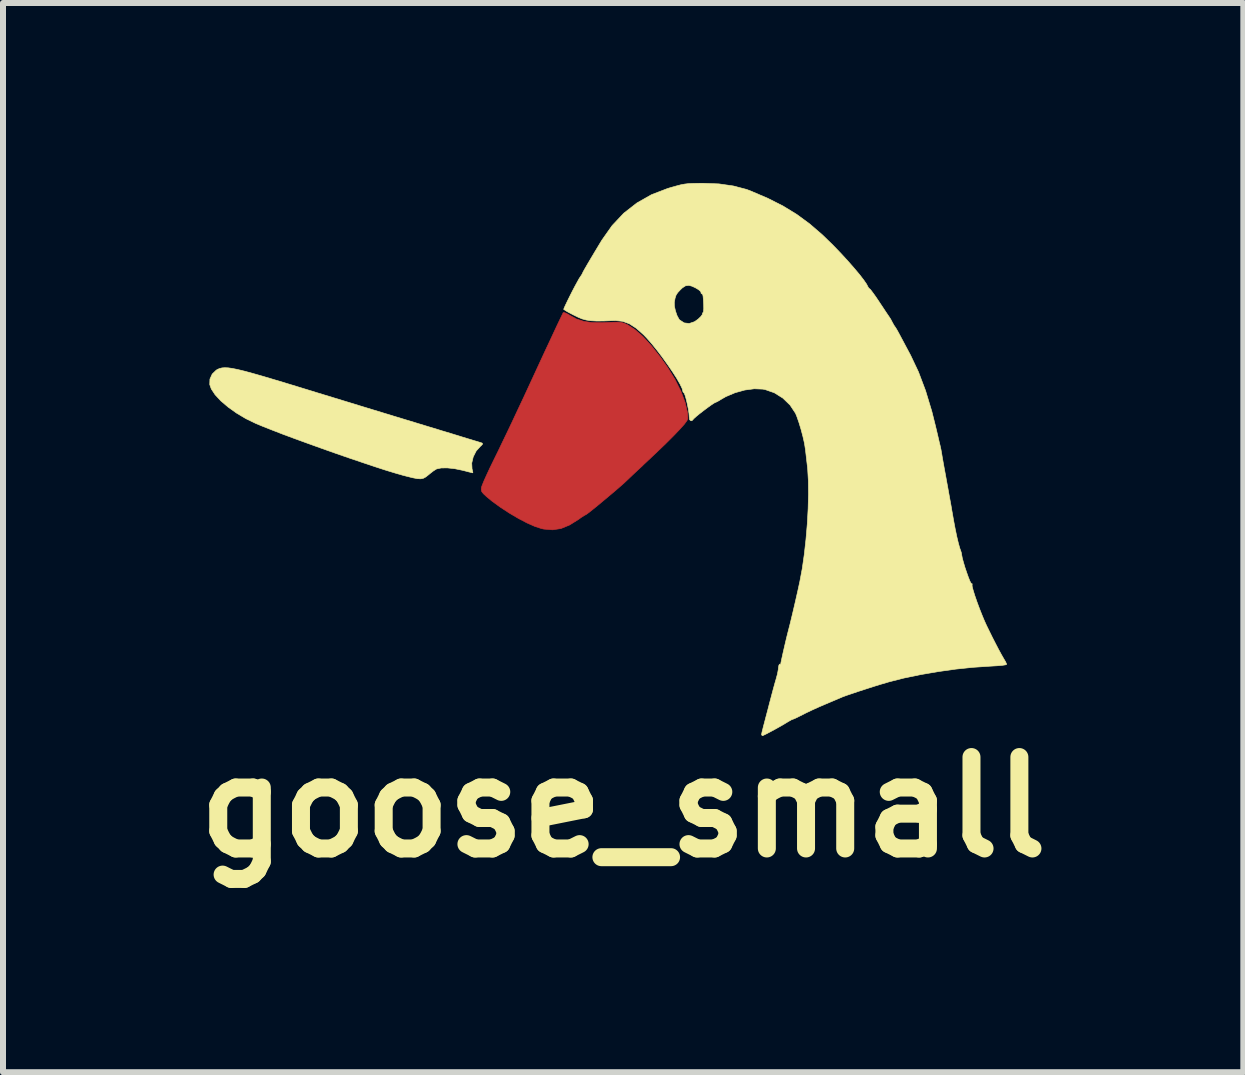
<source format=kicad_pcb>
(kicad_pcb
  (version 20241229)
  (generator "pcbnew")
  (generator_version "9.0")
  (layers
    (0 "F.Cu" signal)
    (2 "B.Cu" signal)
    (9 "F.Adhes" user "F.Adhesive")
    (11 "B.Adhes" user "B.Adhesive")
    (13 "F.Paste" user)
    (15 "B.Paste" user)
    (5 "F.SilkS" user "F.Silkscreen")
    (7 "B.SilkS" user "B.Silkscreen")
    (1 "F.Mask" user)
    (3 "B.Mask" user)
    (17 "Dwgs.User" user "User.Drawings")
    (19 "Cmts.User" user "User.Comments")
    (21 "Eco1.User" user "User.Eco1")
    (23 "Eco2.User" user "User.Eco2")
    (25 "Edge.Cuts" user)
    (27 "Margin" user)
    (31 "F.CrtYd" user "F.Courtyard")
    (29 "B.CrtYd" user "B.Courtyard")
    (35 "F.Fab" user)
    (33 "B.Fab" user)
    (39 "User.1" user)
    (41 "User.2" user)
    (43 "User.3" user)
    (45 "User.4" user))
  (footprint "goose_small"
    (layer "F.Cu")
    (at 7.337 5.403)
    (property "Reference" "goose_small" (at 0 5 0) (layer "F.SilkS") (effects (font (size 1.524 1.524) (thickness 0.3))))
    (attr through_hole)
    (fp_poly (pts (xy -0.974 -3.241) (xy -0.927 -3.219) (xy -0.89 -3.197) (xy -0.779 -3.136) (xy -0.656 -3.096) (xy -0.514 -3.076) (xy -0.343 -3.074) (xy -0.28 -3.077) (xy -0.172 -3.082) (xy -0.096 -3.084) (xy -0.042 -3.08) (xy 0.001 -3.07) (xy 0.044 -3.053) (xy 0.075 -3.038) (xy 0.198 -2.958) (xy 0.332 -2.84) (xy 0.475 -2.684) (xy 0.626 -2.492) (xy 0.744 -2.324) (xy 0.867 -2.123) (xy 0.964 -1.928) (xy 1.033 -1.744) (xy 1.072 -1.576) (xy 1.079 -1.479) (xy 1.065 -1.444) (xy 1.021 -1.384) (xy 0.947 -1.301) (xy 0.843 -1.192) (xy 0.708 -1.057) (xy 0.541 -0.897) (xy 0.342 -0.71) (xy 0.318 -0.686) (xy 0.236 -0.61) (xy 0.156 -0.535) (xy 0.089 -0.471) (xy 0.053 -0.437) (xy 0.005 -0.392) (xy -0.064 -0.332) (xy -0.147 -0.26) (xy -0.239 -0.183) (xy -0.332 -0.105) (xy -0.422 -0.03) (xy -0.502 0.035) (xy -0.566 0.086) (xy -0.608 0.117) (xy -0.621 0.125) (xy -0.651 0.141) (xy -0.702 0.174) (xy -0.743 0.204) (xy -0.894 0.298) (xy -1.035 0.356) (xy -1.175 0.378) (xy -1.322 0.366) (xy -1.363 0.357) (xy -1.471 0.322) (xy -1.602 0.264) (xy -1.747 0.188) (xy -1.898 0.099) (xy -2.046 0.002) (xy -2.183 -0.097) (xy -2.276 -0.174) (xy -2.33 -0.224) (xy -2.358 -0.26) (xy -2.365 -0.294) (xy -2.361 -0.333) (xy -2.347 -0.372) (xy -2.318 -0.443) (xy -2.275 -0.538) (xy -2.222 -0.652) (xy -2.161 -0.777) (xy -2.134 -0.832) (xy -2.081 -0.94) (xy -2.014 -1.08) (xy -1.934 -1.246) (xy -1.845 -1.433) (xy -1.751 -1.634) (xy -1.652 -1.844) (xy -1.554 -2.056) (xy -1.467 -2.244) (xy -1.379 -2.435) (xy -1.296 -2.614) (xy -1.219 -2.778) (xy -1.151 -2.924) (xy -1.094 -3.046) (xy -1.048 -3.142) (xy -1.016 -3.208) (xy -1 -3.241) (xy -0.998 -3.243) (xy -0.974 -3.241)) (stroke (width 0.01) (type solid)) (fill yes) (layer "F.Cu"))
    (fp_poly (pts (xy 1.291 -0.159) (xy 1.281 -0.148) (xy 1.27 -0.159) (xy 1.281 -0.169) (xy 1.291 -0.159)) (stroke (width 0.01) (type solid)) (fill yes) (layer "F.Mask"))
    (fp_poly (pts (xy 1.968 0.053) (xy 1.958 0.064) (xy 1.947 0.053) (xy 1.958 0.042) (xy 1.968 0.053)) (stroke (width 0.01) (type solid)) (fill yes) (layer "F.Mask"))
    (fp_poly (pts (xy 2.011 0.074) (xy 2 0.085) (xy 1.99 0.074) (xy 2 0.064) (xy 2.011 0.074)) (stroke (width 0.01) (type solid)) (fill yes) (layer "F.Mask"))
    (fp_poly (pts (xy 2.074 0.138) (xy 2.064 0.148) (xy 2.053 0.138) (xy 2.064 0.127) (xy 2.074 0.138)) (stroke (width 0.01) (type solid)) (fill yes) (layer "F.Mask"))
    (fp_poly (pts (xy 2.138 0.265) (xy 2.127 0.275) (xy 2.117 0.265) (xy 2.127 0.254) (xy 2.138 0.265)) (stroke (width 0.01) (type solid)) (fill yes) (layer "F.Mask"))
    (fp_poly (pts (xy 1.21 -3.652) (xy 1.277 -3.592) (xy 1.325 -3.499) (xy 1.332 -3.476) (xy 1.344 -3.373) (xy 1.328 -3.276) (xy 1.288 -3.192) (xy 1.229 -3.126) (xy 1.158 -3.084) (xy 1.08 -3.073) (xy 1 -3.097) (xy 0.93 -3.159) (xy 0.881 -3.248) (xy 0.858 -3.352) (xy 0.865 -3.46) (xy 0.869 -3.476) (xy 0.913 -3.575) (xy 0.976 -3.643) (xy 1.052 -3.678) (xy 1.133 -3.681) (xy 1.21 -3.652)) (stroke (width 0.01) (type solid)) (fill yes) (layer "F.Mask"))
    (fp_poly (pts (xy -2.034 -1.096) (xy -2.032 -1.093) (xy -2.041 -1.063) (xy -2.065 -1.004) (xy -2.1 -0.926) (xy -2.143 -0.836) (xy -2.187 -0.744) (xy -2.231 -0.657) (xy -2.269 -0.584) (xy -2.298 -0.534) (xy -2.311 -0.516) (xy -2.326 -0.489) (xy -2.328 -0.464) (xy -2.339 -0.43) (xy -2.37 -0.429) (xy -2.415 -0.46) (xy -2.454 -0.502) (xy -2.493 -0.559) (xy -2.518 -0.612) (xy -2.521 -0.629) (xy -2.524 -0.68) (xy -2.526 -0.704) (xy -2.513 -0.803) (xy -2.469 -0.903) (xy -2.401 -0.992) (xy -2.318 -1.057) (xy -2.292 -1.069) (xy -2.243 -1.084) (xy -2.18 -1.095) (xy -2.116 -1.101) (xy -2.062 -1.102) (xy -2.034 -1.096)) (stroke (width 0.01) (type solid)) (fill yes) (layer "F.Mask"))
    (fp_poly (pts (xy 0.638 -0.348) (xy 0.955 -0.261) (xy 1.252 -0.179) (xy 1.523 -0.102) (xy 1.762 -0.034) (xy 1.845 -0.009) (xy 1.952 0.036) (xy 2.042 0.101) (xy 2.105 0.177) (xy 2.119 0.207) (xy 2.134 0.28) (xy 2.138 0.376) (xy 2.131 0.479) (xy 2.115 0.573) (xy 2.098 0.625) (xy 2.028 0.731) (xy 1.932 0.808) (xy 1.816 0.854) (xy 1.688 0.863) (xy 1.619 0.853) (xy 1.575 0.841) (xy 1.492 0.816) (xy 1.371 0.779) (xy 1.211 0.728) (xy 1.011 0.663) (xy 0.826 0.603) (xy 0.696 0.561) (xy 0.538 0.51) (xy 0.366 0.455) (xy 0.191 0.399) (xy 0.025 0.346) (xy 0 0.338) (xy -0.178 0.282) (xy -0.319 0.237) (xy -0.428 0.202) (xy -0.509 0.175) (xy -0.564 0.156) (xy -0.6 0.143) (xy -0.618 0.135) (xy -0.624 0.129) (xy -0.62 0.126) (xy -0.612 0.122) (xy -0.611 0.122) (xy -0.577 0.101) (xy -0.518 0.058) (xy -0.44 -0.003) (xy -0.349 -0.076) (xy -0.253 -0.155) (xy -0.158 -0.236) (xy -0.071 -0.312) (xy -0.05 -0.331) (xy 0.123 -0.489) (xy 0.638 -0.348)) (stroke (width 0.01) (type solid)) (fill yes) (layer "F.Mask"))
    (fp_poly (pts (xy -0.974 -3.241) (xy -0.927 -3.219) (xy -0.89 -3.197) (xy -0.779 -3.136) (xy -0.656 -3.096) (xy -0.514 -3.076) (xy -0.343 -3.074) (xy -0.28 -3.077) (xy -0.172 -3.082) (xy -0.096 -3.084) (xy -0.042 -3.08) (xy 0.001 -3.07) (xy 0.044 -3.053) (xy 0.075 -3.038) (xy 0.198 -2.958) (xy 0.332 -2.84) (xy 0.475 -2.684) (xy 0.626 -2.492) (xy 0.744 -2.324) (xy 0.867 -2.123) (xy 0.964 -1.928) (xy 1.033 -1.744) (xy 1.072 -1.576) (xy 1.079 -1.479) (xy 1.065 -1.444) (xy 1.021 -1.384) (xy 0.947 -1.301) (xy 0.843 -1.192) (xy 0.708 -1.057) (xy 0.541 -0.897) (xy 0.342 -0.71) (xy 0.318 -0.686) (xy 0.236 -0.61) (xy 0.156 -0.535) (xy 0.089 -0.471) (xy 0.053 -0.437) (xy 0.005 -0.392) (xy -0.064 -0.332) (xy -0.147 -0.26) (xy -0.239 -0.183) (xy -0.332 -0.105) (xy -0.422 -0.03) (xy -0.502 0.035) (xy -0.566 0.086) (xy -0.608 0.117) (xy -0.621 0.125) (xy -0.651 0.141) (xy -0.702 0.174) (xy -0.743 0.204) (xy -0.894 0.298) (xy -1.035 0.356) (xy -1.175 0.378) (xy -1.322 0.366) (xy -1.363 0.357) (xy -1.471 0.322) (xy -1.602 0.264) (xy -1.747 0.188) (xy -1.898 0.099) (xy -2.046 0.002) (xy -2.183 -0.097) (xy -2.276 -0.174) (xy -2.33 -0.224) (xy -2.358 -0.26) (xy -2.365 -0.294) (xy -2.361 -0.333) (xy -2.347 -0.372) (xy -2.318 -0.443) (xy -2.275 -0.538) (xy -2.222 -0.652) (xy -2.161 -0.777) (xy -2.134 -0.832) (xy -2.081 -0.94) (xy -2.014 -1.08) (xy -1.934 -1.246) (xy -1.845 -1.433) (xy -1.751 -1.634) (xy -1.652 -1.844) (xy -1.554 -2.056) (xy -1.467 -2.244) (xy -1.379 -2.435) (xy -1.296 -2.614) (xy -1.219 -2.778) (xy -1.151 -2.924) (xy -1.094 -3.046) (xy -1.048 -3.142) (xy -1.016 -3.208) (xy -1 -3.241) (xy -0.998 -3.243) (xy -0.974 -3.241)) (stroke (width 0.01) (type solid)) (fill yes) (layer "F.Mask"))
    (fp_poly (pts (xy -6.584 -2.322) (xy -6.515 -2.312) (xy -6.429 -2.295) (xy -6.322 -2.269) (xy -6.191 -2.234) (xy -6.033 -2.189) (xy -5.844 -2.133) (xy -5.62 -2.066) (xy -5.414 -2.003) (xy -5.111 -1.91) (xy -4.842 -1.828) (xy -4.603 -1.755) (xy -4.388 -1.689) (xy -4.191 -1.629) (xy -4.007 -1.573) (xy -3.831 -1.519) (xy -3.656 -1.466) (xy -3.478 -1.412) (xy -3.291 -1.355) (xy -3.09 -1.294) (xy -3.016 -1.271) (xy -2.859 -1.224) (xy -2.714 -1.179) (xy -2.586 -1.14) (xy -2.481 -1.108) (xy -2.404 -1.085) (xy -2.36 -1.071) (xy -2.352 -1.068) (xy -2.342 -1.053) (xy -2.367 -1.024) (xy -2.379 -1.014) (xy -2.449 -0.937) (xy -2.499 -0.839) (xy -2.524 -0.734) (xy -2.519 -0.636) (xy -2.517 -0.63) (xy -2.507 -0.588) (xy -2.506 -0.572) (xy -2.528 -0.576) (xy -2.581 -0.589) (xy -2.654 -0.608) (xy -2.678 -0.614) (xy -2.808 -0.641) (xy -2.93 -0.654) (xy -3.033 -0.653) (xy -3.108 -0.637) (xy -3.118 -0.632) (xy -3.162 -0.604) (xy -3.219 -0.56) (xy -3.248 -0.536) (xy -3.29 -0.503) (xy -3.33 -0.481) (xy -3.374 -0.472) (xy -3.432 -0.475) (xy -3.51 -0.49) (xy -3.618 -0.517) (xy -3.672 -0.531) (xy -3.794 -0.566) (xy -3.949 -0.613) (xy -4.131 -0.672) (xy -4.334 -0.74) (xy -4.553 -0.814) (xy -4.781 -0.893) (xy -5.013 -0.975) (xy -5.241 -1.057) (xy -5.461 -1.137) (xy -5.666 -1.213) (xy -5.849 -1.284) (xy -6.006 -1.346) (xy -6.124 -1.395) (xy -6.289 -1.475) (xy -6.445 -1.568) (xy -6.585 -1.668) (xy -6.706 -1.771) (xy -6.801 -1.873) (xy -6.865 -1.97) (xy -6.891 -2.043) (xy -6.888 -2.134) (xy -6.85 -2.218) (xy -6.783 -2.283) (xy -6.758 -2.298) (xy -6.723 -2.312) (xy -6.685 -2.321) (xy -6.64 -2.324) (xy -6.584 -2.322)) (stroke (width 0.01) (type solid)) (fill yes) (layer "F.SilkS"))
    (fp_poly (pts (xy 1.596 -5.388) (xy 1.838 -5.353) (xy 2.056 -5.296) (xy 2.127 -5.269) (xy 2.412 -5.147) (xy 2.665 -5.019) (xy 2.894 -4.879) (xy 3.109 -4.721) (xy 3.32 -4.539) (xy 3.496 -4.368) (xy 3.622 -4.237) (xy 3.74 -4.109) (xy 3.846 -3.988) (xy 3.938 -3.879) (xy 4.009 -3.787) (xy 4.058 -3.716) (xy 4.077 -3.678) (xy 4.096 -3.647) (xy 4.107 -3.641) (xy 4.124 -3.624) (xy 4.159 -3.578) (xy 4.208 -3.51) (xy 4.264 -3.427) (xy 4.273 -3.413) (xy 4.331 -3.326) (xy 4.381 -3.25) (xy 4.419 -3.194) (xy 4.438 -3.166) (xy 4.439 -3.164) (xy 4.46 -3.132) (xy 4.486 -3.082) (xy 4.487 -3.08) (xy 4.513 -3.033) (xy 4.531 -3.006) (xy 4.532 -3.006) (xy 4.542 -2.991) (xy 4.564 -2.955) (xy 4.598 -2.893) (xy 4.646 -2.803) (xy 4.711 -2.681) (xy 4.792 -2.529) (xy 4.922 -2.254) (xy 5.04 -1.942) (xy 5.145 -1.595) (xy 5.205 -1.355) (xy 5.231 -1.246) (xy 5.254 -1.148) (xy 5.272 -1.07) (xy 5.284 -1.022) (xy 5.285 -1.016) (xy 5.298 -0.957) (xy 5.304 -0.921) (xy 5.31 -0.888) (xy 5.321 -0.82) (xy 5.338 -0.725) (xy 5.359 -0.609) (xy 5.383 -0.479) (xy 5.387 -0.455) (xy 5.412 -0.319) (xy 5.435 -0.19) (xy 5.456 -0.076) (xy 5.472 0.014) (xy 5.481 0.071) (xy 5.482 0.074) (xy 5.508 0.223) (xy 5.535 0.366) (xy 5.562 0.495) (xy 5.588 0.604) (xy 5.611 0.685) (xy 5.627 0.729) (xy 5.638 0.765) (xy 5.643 0.798) (xy 5.653 0.851) (xy 5.673 0.924) (xy 5.698 1.008) (xy 5.727 1.093) (xy 5.755 1.172) (xy 5.78 1.234) (xy 5.8 1.27) (xy 5.807 1.276) (xy 5.819 1.279) (xy 5.815 1.296) (xy 5.818 1.327) (xy 5.835 1.39) (xy 5.862 1.477) (xy 5.898 1.581) (xy 5.94 1.694) (xy 5.986 1.81) (xy 6.021 1.894) (xy 6.054 1.967) (xy 6.1 2.061) (xy 6.153 2.169) (xy 6.209 2.278) (xy 6.262 2.38) (xy 6.308 2.464) (xy 6.34 2.52) (xy 6.341 2.522) (xy 6.372 2.574) (xy 6.39 2.613) (xy 6.392 2.621) (xy 6.372 2.629) (xy 6.318 2.637) (xy 6.236 2.644) (xy 6.135 2.65) (xy 6.101 2.652) (xy 5.832 2.67) (xy 5.544 2.7) (xy 5.247 2.742) (xy 4.956 2.792) (xy 4.68 2.849) (xy 4.433 2.912) (xy 4.392 2.924) (xy 4.286 2.955) (xy 4.167 2.992) (xy 4.043 3.032) (xy 3.922 3.071) (xy 3.813 3.108) (xy 3.724 3.138) (xy 3.664 3.16) (xy 3.651 3.165) (xy 3.605 3.185) (xy 3.532 3.216) (xy 3.442 3.254) (xy 3.376 3.282) (xy 3.266 3.329) (xy 3.149 3.382) (xy 3.044 3.432) (xy 3.004 3.453) (xy 2.929 3.49) (xy 2.87 3.519) (xy 2.834 3.534) (xy 2.829 3.535) (xy 2.804 3.545) (xy 2.757 3.572) (xy 2.728 3.589) (xy 2.671 3.624) (xy 2.597 3.666) (xy 2.518 3.71) (xy 2.441 3.751) (xy 2.376 3.785) (xy 2.332 3.806) (xy 2.319 3.81) (xy 2.307 3.794) (xy 2.307 3.79) (xy 2.312 3.76) (xy 2.326 3.703) (xy 2.34 3.647) (xy 2.358 3.579) (xy 2.383 3.483) (xy 2.413 3.37) (xy 2.443 3.253) (xy 2.447 3.239) (xy 2.477 3.125) (xy 2.506 3.017) (xy 2.531 2.927) (xy 2.549 2.865) (xy 2.551 2.857) (xy 2.572 2.78) (xy 2.586 2.704) (xy 2.587 2.685) (xy 2.595 2.638) (xy 2.606 2.617) (xy 2.609 2.617) (xy 2.625 2.622) (xy 2.625 2.621) (xy 2.63 2.591) (xy 2.643 2.529) (xy 2.661 2.446) (xy 2.683 2.35) (xy 2.706 2.251) (xy 2.728 2.159) (xy 2.747 2.083) (xy 2.752 2.064) (xy 2.787 1.927) (xy 2.827 1.76) (xy 2.87 1.576) (xy 2.913 1.386) (xy 2.945 1.238) (xy 2.985 1.025) (xy 3.019 0.788) (xy 3.047 0.537) (xy 3.069 0.28) (xy 3.083 0.026) (xy 3.089 -0.215) (xy 3.087 -0.436) (xy 3.076 -0.626) (xy 3.071 -0.677) (xy 3.059 -0.778) (xy 3.048 -0.875) (xy 3.039 -0.952) (xy 3.036 -0.974) (xy 3.022 -1.063) (xy 2.997 -1.174) (xy 2.965 -1.295) (xy 2.93 -1.41) (xy 2.896 -1.508) (xy 2.873 -1.564) (xy 2.782 -1.701) (xy 2.662 -1.817) (xy 2.52 -1.906) (xy 2.365 -1.96) (xy 2.328 -1.967) (xy 2.186 -1.973) (xy 2.027 -1.952) (xy 1.865 -1.907) (xy 1.711 -1.842) (xy 1.64 -1.801) (xy 1.587 -1.769) (xy 1.55 -1.75) (xy 1.541 -1.747) (xy 1.515 -1.734) (xy 1.467 -1.702) (xy 1.403 -1.656) (xy 1.334 -1.604) (xy 1.267 -1.552) (xy 1.211 -1.506) (xy 1.174 -1.472) (xy 1.164 -1.459) (xy 1.147 -1.442) (xy 1.132 -1.439) (xy 1.108 -1.456) (xy 1.101 -1.508) (xy 1.097 -1.562) (xy 1.086 -1.635) (xy 1.07 -1.716) (xy 1.052 -1.794) (xy 1.034 -1.858) (xy 1.019 -1.897) (xy 1.011 -1.905) (xy 0.996 -1.922) (xy 0.995 -1.932) (xy 0.982 -1.98) (xy 0.946 -2.054) (xy 0.891 -2.15) (xy 0.82 -2.26) (xy 0.739 -2.378) (xy 0.652 -2.5) (xy 0.561 -2.619) (xy 0.472 -2.729) (xy 0.388 -2.824) (xy 0.339 -2.875) (xy 0.217 -2.983) (xy 0.104 -3.056) (xy -0.008 -3.097) (xy -0.127 -3.11) (xy -0.166 -3.109) (xy -0.321 -3.103) (xy -0.442 -3.102) (xy -0.538 -3.107) (xy -0.616 -3.119) (xy -0.685 -3.138) (xy -0.752 -3.166) (xy -0.762 -3.171) (xy -0.837 -3.208) (xy -0.902 -3.242) (xy -0.942 -3.264) (xy -0.942 -3.264) (xy -0.977 -3.287) (xy -0.991 -3.295) (xy -0.986 -3.314) (xy -0.964 -3.363) (xy -0.94 -3.413) (xy 0.852 -3.413) (xy 0.854 -3.351) (xy 0.871 -3.272) (xy 0.898 -3.193) (xy 0.93 -3.134) (xy 0.94 -3.121) (xy 1.017 -3.071) (xy 1.101 -3.061) (xy 1.19 -3.091) (xy 1.249 -3.133) (xy 1.294 -3.176) (xy 1.319 -3.21) (xy 1.321 -3.221) (xy 1.324 -3.238) (xy 1.329 -3.239) (xy 1.339 -3.258) (xy 1.343 -3.308) (xy 1.342 -3.371) (xy 1.337 -3.46) (xy 1.332 -3.515) (xy 1.326 -3.544) (xy 1.316 -3.555) (xy 1.308 -3.556) (xy 1.297 -3.568) (xy 1.299 -3.573) (xy 1.291 -3.595) (xy 1.255 -3.626) (xy 1.203 -3.657) (xy 1.146 -3.683) (xy 1.096 -3.696) (xy 1.092 -3.696) (xy 1.039 -3.689) (xy 0.988 -3.656) (xy 0.952 -3.622) (xy 0.908 -3.574) (xy 0.882 -3.534) (xy 0.866 -3.486) (xy 0.852 -3.413) (xy -0.94 -3.413) (xy -0.931 -3.432) (xy -0.89 -3.515) (xy -0.846 -3.602) (xy -0.802 -3.686) (xy -0.762 -3.759) (xy -0.732 -3.813) (xy -0.719 -3.832) (xy -0.691 -3.874) (xy -0.677 -3.9) (xy -0.677 -3.902) (xy -0.667 -3.923) (xy -0.638 -3.975) (xy -0.594 -4.051) (xy -0.538 -4.146) (xy -0.474 -4.253) (xy -0.406 -4.366) (xy -0.354 -4.452) (xy -0.184 -4.693) (xy 0.01 -4.899) (xy 0.229 -5.07) (xy 0.472 -5.208) (xy 0.74 -5.311) (xy 0.786 -5.325) (xy 0.885 -5.353) (xy 0.961 -5.373) (xy 1.026 -5.385) (xy 1.093 -5.393) (xy 1.172 -5.396) (xy 1.275 -5.398) (xy 1.337 -5.398) (xy 1.596 -5.388)) (stroke (width 0.01) (type solid)) (fill yes) (layer "F.SilkS")))
  (gr_rect
    (start -3 -3)
    (end 17.674 14.821)
    (stroke (width 0.1) (type default))
    (fill no)
    (layer "Edge.Cuts")))
</source>
